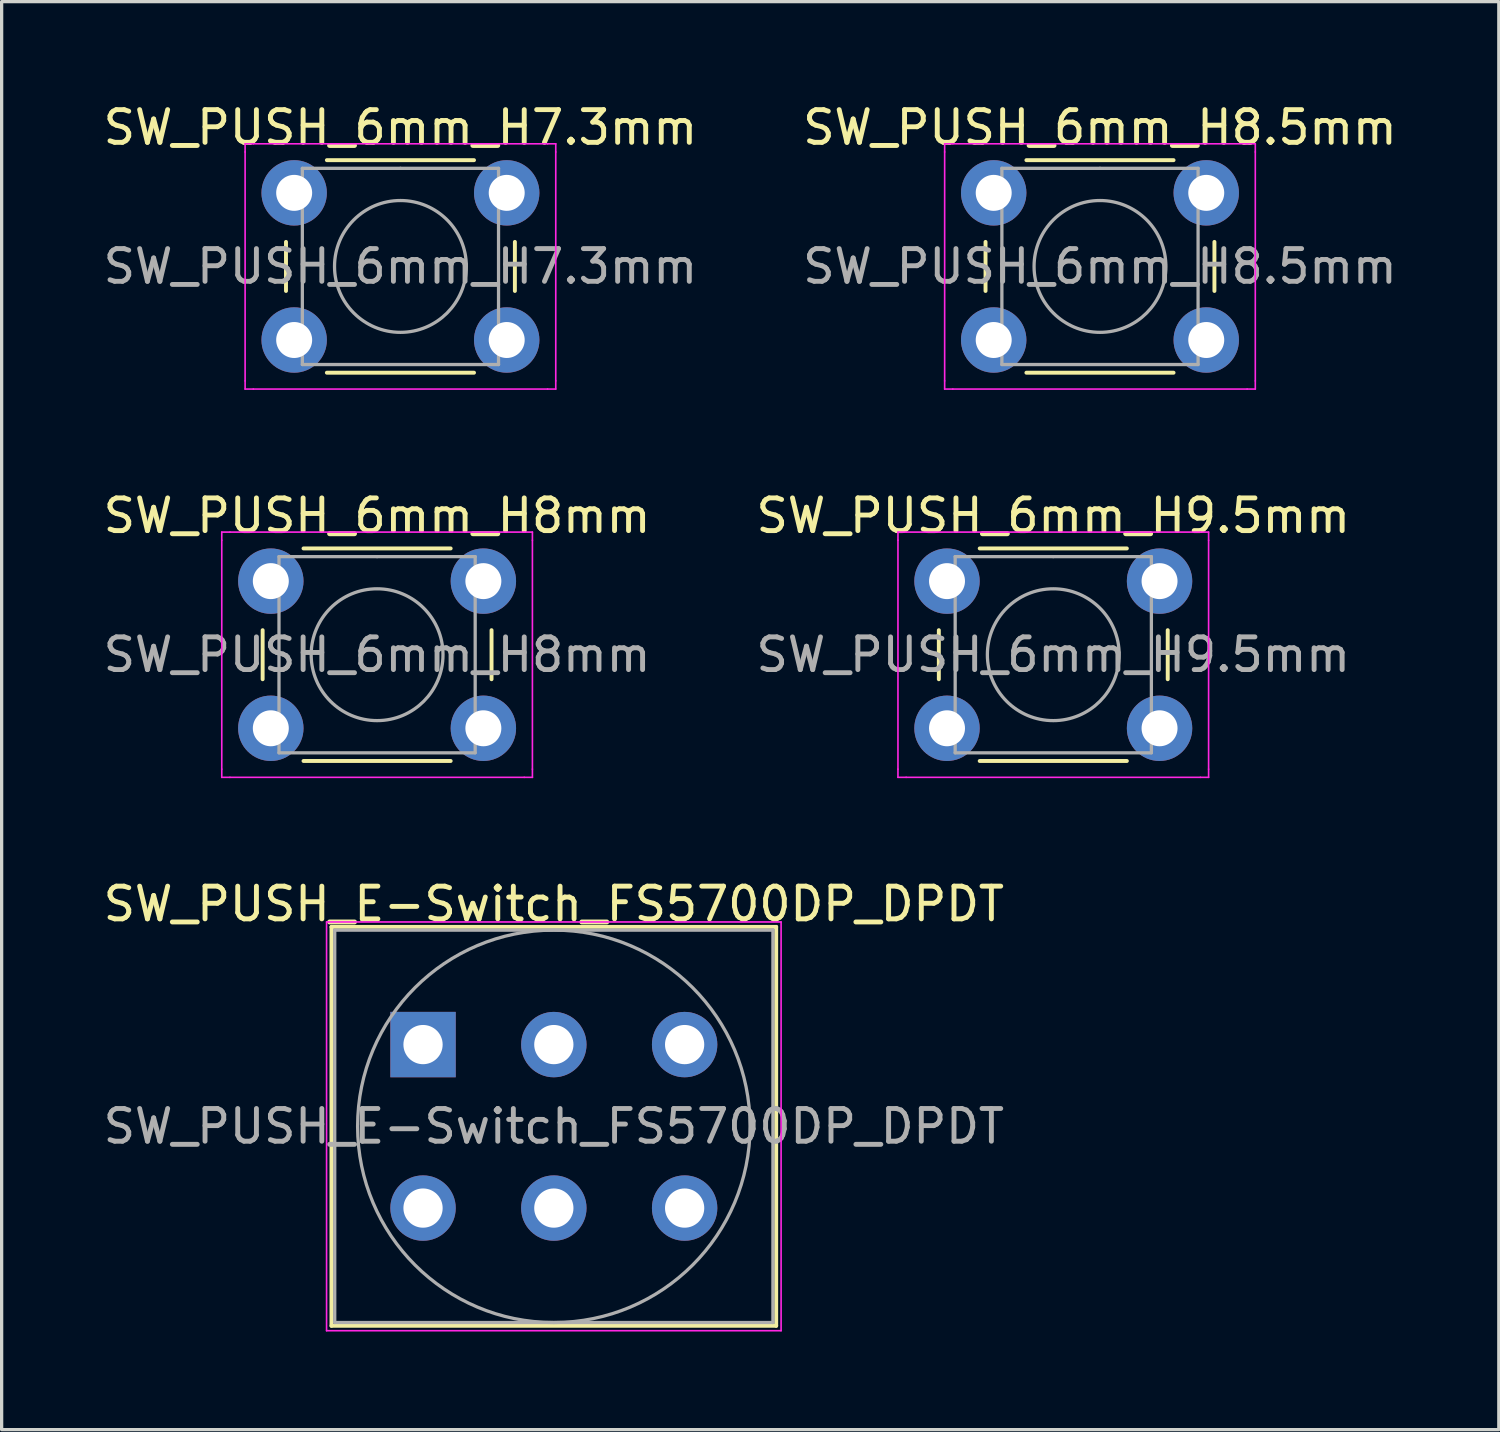
<source format=kicad_pcb>
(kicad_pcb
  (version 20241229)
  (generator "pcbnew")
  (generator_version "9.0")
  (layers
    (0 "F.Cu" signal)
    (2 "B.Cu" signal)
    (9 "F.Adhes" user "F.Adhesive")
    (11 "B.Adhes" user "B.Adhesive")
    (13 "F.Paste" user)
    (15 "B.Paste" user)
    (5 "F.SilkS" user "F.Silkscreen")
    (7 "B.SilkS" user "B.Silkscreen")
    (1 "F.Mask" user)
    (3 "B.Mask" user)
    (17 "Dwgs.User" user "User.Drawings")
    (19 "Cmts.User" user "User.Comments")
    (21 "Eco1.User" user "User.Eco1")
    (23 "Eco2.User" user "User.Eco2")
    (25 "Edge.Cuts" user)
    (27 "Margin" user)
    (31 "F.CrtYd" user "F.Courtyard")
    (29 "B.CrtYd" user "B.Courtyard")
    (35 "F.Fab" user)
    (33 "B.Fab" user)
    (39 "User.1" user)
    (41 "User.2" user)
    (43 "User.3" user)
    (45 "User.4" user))
  (footprint "SW_PUSH_6mm_H8mm"
    (layer "F.Cu")
    (at 5.232 14.722)
    (property "Reference" "SW_PUSH_6mm_H8mm" (at 3.25 -2 0) (layer "F.SilkS") (effects (font (size 1 1) (thickness 0.15))))
    (attr through_hole)
    (fp_line (start -0.25 1.5) (end -0.25 3) (stroke (width 0.12) (type solid)) (layer "F.SilkS"))
    (fp_line (start 1 5.5) (end 5.5 5.5) (stroke (width 0.12) (type solid)) (layer "F.SilkS"))
    (fp_line (start 5.5 -1) (end 1 -1) (stroke (width 0.12) (type solid)) (layer "F.SilkS"))
    (fp_line (start 6.75 3) (end 6.75 1.5) (stroke (width 0.12) (type solid)) (layer "F.SilkS"))
    (fp_line (start -1.5 -1.5) (end -1.25 -1.5) (stroke (width 0.05) (type solid)) (layer "F.CrtYd"))
    (fp_line (start -1.5 -1.25) (end -1.5 -1.5) (stroke (width 0.05) (type solid)) (layer "F.CrtYd"))
    (fp_line (start -1.5 5.75) (end -1.5 -1.25) (stroke (width 0.05) (type solid)) (layer "F.CrtYd"))
    (fp_line (start -1.5 5.75) (end -1.5 6) (stroke (width 0.05) (type solid)) (layer "F.CrtYd"))
    (fp_line (start -1.5 6) (end -1.25 6) (stroke (width 0.05) (type solid)) (layer "F.CrtYd"))
    (fp_line (start -1.25 -1.5) (end 7.75 -1.5) (stroke (width 0.05) (type solid)) (layer "F.CrtYd"))
    (fp_line (start 7.75 -1.5) (end 8 -1.5) (stroke (width 0.05) (type solid)) (layer "F.CrtYd"))
    (fp_line (start 7.75 6) (end -1.25 6) (stroke (width 0.05) (type solid)) (layer "F.CrtYd"))
    (fp_line (start 7.75 6) (end 8 6) (stroke (width 0.05) (type solid)) (layer "F.CrtYd"))
    (fp_line (start 8 -1.5) (end 8 -1.25) (stroke (width 0.05) (type solid)) (layer "F.CrtYd"))
    (fp_line (start 8 -1.25) (end 8 5.75) (stroke (width 0.05) (type solid)) (layer "F.CrtYd"))
    (fp_line (start 8 6) (end 8 5.75) (stroke (width 0.05) (type solid)) (layer "F.CrtYd"))
    (fp_line (start 0.25 -0.75) (end 3.25 -0.75) (stroke (width 0.1) (type solid)) (layer "F.Fab"))
    (fp_line (start 0.25 5.25) (end 0.25 -0.75) (stroke (width 0.1) (type solid)) (layer "F.Fab"))
    (fp_line (start 3.25 -0.75) (end 6.25 -0.75) (stroke (width 0.1) (type solid)) (layer "F.Fab"))
    (fp_line (start 6.25 -0.75) (end 6.25 5.25) (stroke (width 0.1) (type solid)) (layer "F.Fab"))
    (fp_line (start 6.25 5.25) (end 0.25 5.25) (stroke (width 0.1) (type solid)) (layer "F.Fab"))
    (fp_circle (center 3.25 2.25) (end 1.25 2.5) (stroke (width 0.1) (type solid)) (fill no) (layer "F.Fab"))
    (fp_text user "${REFERENCE}" (at 3.25 2.25 0) (layer "F.Fab") (effects (font (size 1 1) (thickness 0.15))))
    (pad "1" thru_hole circle (at 0 0 90) (size 2 2) (drill 1.1) (layers "*.Cu" "*.Mask"))
    (pad "1" thru_hole circle (at 6.5 0 90) (size 2 2) (drill 1.1) (layers "*.Cu" "*.Mask"))
    (pad "2" thru_hole circle (at 0 4.5 90) (size 2 2) (drill 1.1) (layers "*.Cu" "*.Mask"))
    (pad "2" thru_hole circle (at 6.5 4.5 90) (size 2 2) (drill 1.1) (layers "*.Cu" "*.Mask")))
  (footprint "SW_PUSH_6mm_H7.3mm"
    (layer "F.Cu")
    (at 5.946 2.848)
    (property "Reference" "SW_PUSH_6mm_H7.3mm" (at 3.25 -2 0) (layer "F.SilkS") (effects (font (size 1 1) (thickness 0.15))))
    (attr through_hole)
    (fp_line (start -0.25 1.5) (end -0.25 3) (stroke (width 0.12) (type solid)) (layer "F.SilkS"))
    (fp_line (start 1 5.5) (end 5.5 5.5) (stroke (width 0.12) (type solid)) (layer "F.SilkS"))
    (fp_line (start 5.5 -1) (end 1 -1) (stroke (width 0.12) (type solid)) (layer "F.SilkS"))
    (fp_line (start 6.75 3) (end 6.75 1.5) (stroke (width 0.12) (type solid)) (layer "F.SilkS"))
    (fp_line (start -1.5 -1.5) (end -1.25 -1.5) (stroke (width 0.05) (type solid)) (layer "F.CrtYd"))
    (fp_line (start -1.5 -1.25) (end -1.5 -1.5) (stroke (width 0.05) (type solid)) (layer "F.CrtYd"))
    (fp_line (start -1.5 5.75) (end -1.5 -1.25) (stroke (width 0.05) (type solid)) (layer "F.CrtYd"))
    (fp_line (start -1.5 5.75) (end -1.5 6) (stroke (width 0.05) (type solid)) (layer "F.CrtYd"))
    (fp_line (start -1.5 6) (end -1.25 6) (stroke (width 0.05) (type solid)) (layer "F.CrtYd"))
    (fp_line (start -1.25 -1.5) (end 7.75 -1.5) (stroke (width 0.05) (type solid)) (layer "F.CrtYd"))
    (fp_line (start 7.75 -1.5) (end 8 -1.5) (stroke (width 0.05) (type solid)) (layer "F.CrtYd"))
    (fp_line (start 7.75 6) (end -1.25 6) (stroke (width 0.05) (type solid)) (layer "F.CrtYd"))
    (fp_line (start 7.75 6) (end 8 6) (stroke (width 0.05) (type solid)) (layer "F.CrtYd"))
    (fp_line (start 8 -1.5) (end 8 -1.25) (stroke (width 0.05) (type solid)) (layer "F.CrtYd"))
    (fp_line (start 8 -1.25) (end 8 5.75) (stroke (width 0.05) (type solid)) (layer "F.CrtYd"))
    (fp_line (start 8 6) (end 8 5.75) (stroke (width 0.05) (type solid)) (layer "F.CrtYd"))
    (fp_line (start 0.25 -0.75) (end 3.25 -0.75) (stroke (width 0.1) (type solid)) (layer "F.Fab"))
    (fp_line (start 0.25 5.25) (end 0.25 -0.75) (stroke (width 0.1) (type solid)) (layer "F.Fab"))
    (fp_line (start 3.25 -0.75) (end 6.25 -0.75) (stroke (width 0.1) (type solid)) (layer "F.Fab"))
    (fp_line (start 6.25 -0.75) (end 6.25 5.25) (stroke (width 0.1) (type solid)) (layer "F.Fab"))
    (fp_line (start 6.25 5.25) (end 0.25 5.25) (stroke (width 0.1) (type solid)) (layer "F.Fab"))
    (fp_circle (center 3.25 2.25) (end 1.25 2.5) (stroke (width 0.1) (type solid)) (fill no) (layer "F.Fab"))
    (fp_text user "${REFERENCE}" (at 3.25 2.25 0) (layer "F.Fab") (effects (font (size 1 1) (thickness 0.15))))
    (pad "1" thru_hole circle (at 0 0 90) (size 2 2) (drill 1.1) (layers "*.Cu" "*.Mask"))
    (pad "1" thru_hole circle (at 6.5 0 90) (size 2 2) (drill 1.1) (layers "*.Cu" "*.Mask"))
    (pad "2" thru_hole circle (at 0 4.5 90) (size 2 2) (drill 1.1) (layers "*.Cu" "*.Mask"))
    (pad "2" thru_hole circle (at 6.5 4.5 90) (size 2 2) (drill 1.1) (layers "*.Cu" "*.Mask")))
  (footprint "SW_PUSH_6mm_H8.5mm"
    (layer "F.Cu")
    (at 27.339 2.848)
    (property "Reference" "SW_PUSH_6mm_H8.5mm" (at 3.25 -2 0) (layer "F.SilkS") (effects (font (size 1 1) (thickness 0.15))))
    (attr through_hole)
    (fp_line (start -0.25 1.5) (end -0.25 3) (stroke (width 0.12) (type solid)) (layer "F.SilkS"))
    (fp_line (start 1 5.5) (end 5.5 5.5) (stroke (width 0.12) (type solid)) (layer "F.SilkS"))
    (fp_line (start 5.5 -1) (end 1 -1) (stroke (width 0.12) (type solid)) (layer "F.SilkS"))
    (fp_line (start 6.75 3) (end 6.75 1.5) (stroke (width 0.12) (type solid)) (layer "F.SilkS"))
    (fp_line (start -1.5 -1.5) (end -1.25 -1.5) (stroke (width 0.05) (type solid)) (layer "F.CrtYd"))
    (fp_line (start -1.5 -1.25) (end -1.5 -1.5) (stroke (width 0.05) (type solid)) (layer "F.CrtYd"))
    (fp_line (start -1.5 5.75) (end -1.5 -1.25) (stroke (width 0.05) (type solid)) (layer "F.CrtYd"))
    (fp_line (start -1.5 5.75) (end -1.5 6) (stroke (width 0.05) (type solid)) (layer "F.CrtYd"))
    (fp_line (start -1.5 6) (end -1.25 6) (stroke (width 0.05) (type solid)) (layer "F.CrtYd"))
    (fp_line (start -1.25 -1.5) (end 7.75 -1.5) (stroke (width 0.05) (type solid)) (layer "F.CrtYd"))
    (fp_line (start 7.75 -1.5) (end 8 -1.5) (stroke (width 0.05) (type solid)) (layer "F.CrtYd"))
    (fp_line (start 7.75 6) (end -1.25 6) (stroke (width 0.05) (type solid)) (layer "F.CrtYd"))
    (fp_line (start 7.75 6) (end 8 6) (stroke (width 0.05) (type solid)) (layer "F.CrtYd"))
    (fp_line (start 8 -1.5) (end 8 -1.25) (stroke (width 0.05) (type solid)) (layer "F.CrtYd"))
    (fp_line (start 8 -1.25) (end 8 5.75) (stroke (width 0.05) (type solid)) (layer "F.CrtYd"))
    (fp_line (start 8 6) (end 8 5.75) (stroke (width 0.05) (type solid)) (layer "F.CrtYd"))
    (fp_line (start 0.25 -0.75) (end 3.25 -0.75) (stroke (width 0.1) (type solid)) (layer "F.Fab"))
    (fp_line (start 0.25 5.25) (end 0.25 -0.75) (stroke (width 0.1) (type solid)) (layer "F.Fab"))
    (fp_line (start 3.25 -0.75) (end 6.25 -0.75) (stroke (width 0.1) (type solid)) (layer "F.Fab"))
    (fp_line (start 6.25 -0.75) (end 6.25 5.25) (stroke (width 0.1) (type solid)) (layer "F.Fab"))
    (fp_line (start 6.25 5.25) (end 0.25 5.25) (stroke (width 0.1) (type solid)) (layer "F.Fab"))
    (fp_circle (center 3.25 2.25) (end 1.25 2.5) (stroke (width 0.1) (type solid)) (fill no) (layer "F.Fab"))
    (fp_text user "${REFERENCE}" (at 3.25 2.25 0) (layer "F.Fab") (effects (font (size 1 1) (thickness 0.15))))
    (pad "1" thru_hole circle (at 0 0 90) (size 2 2) (drill 1.1) (layers "*.Cu" "*.Mask"))
    (pad "1" thru_hole circle (at 6.5 0 90) (size 2 2) (drill 1.1) (layers "*.Cu" "*.Mask"))
    (pad "2" thru_hole circle (at 0 4.5 90) (size 2 2) (drill 1.1) (layers "*.Cu" "*.Mask"))
    (pad "2" thru_hole circle (at 6.5 4.5 90) (size 2 2) (drill 1.1) (layers "*.Cu" "*.Mask")))
  (footprint "SW_PUSH_6mm_H9.5mm"
    (layer "F.Cu")
    (at 25.911 14.722)
    (property "Reference" "SW_PUSH_6mm_H9.5mm" (at 3.25 -2 0) (layer "F.SilkS") (effects (font (size 1 1) (thickness 0.15))))
    (attr through_hole)
    (fp_line (start -0.25 1.5) (end -0.25 3) (stroke (width 0.12) (type solid)) (layer "F.SilkS"))
    (fp_line (start 1 5.5) (end 5.5 5.5) (stroke (width 0.12) (type solid)) (layer "F.SilkS"))
    (fp_line (start 5.5 -1) (end 1 -1) (stroke (width 0.12) (type solid)) (layer "F.SilkS"))
    (fp_line (start 6.75 3) (end 6.75 1.5) (stroke (width 0.12) (type solid)) (layer "F.SilkS"))
    (fp_line (start -1.5 -1.5) (end -1.25 -1.5) (stroke (width 0.05) (type solid)) (layer "F.CrtYd"))
    (fp_line (start -1.5 -1.25) (end -1.5 -1.5) (stroke (width 0.05) (type solid)) (layer "F.CrtYd"))
    (fp_line (start -1.5 5.75) (end -1.5 -1.25) (stroke (width 0.05) (type solid)) (layer "F.CrtYd"))
    (fp_line (start -1.5 5.75) (end -1.5 6) (stroke (width 0.05) (type solid)) (layer "F.CrtYd"))
    (fp_line (start -1.5 6) (end -1.25 6) (stroke (width 0.05) (type solid)) (layer "F.CrtYd"))
    (fp_line (start -1.25 -1.5) (end 7.75 -1.5) (stroke (width 0.05) (type solid)) (layer "F.CrtYd"))
    (fp_line (start 7.75 -1.5) (end 8 -1.5) (stroke (width 0.05) (type solid)) (layer "F.CrtYd"))
    (fp_line (start 7.75 6) (end -1.25 6) (stroke (width 0.05) (type solid)) (layer "F.CrtYd"))
    (fp_line (start 7.75 6) (end 8 6) (stroke (width 0.05) (type solid)) (layer "F.CrtYd"))
    (fp_line (start 8 -1.5) (end 8 -1.25) (stroke (width 0.05) (type solid)) (layer "F.CrtYd"))
    (fp_line (start 8 -1.25) (end 8 5.75) (stroke (width 0.05) (type solid)) (layer "F.CrtYd"))
    (fp_line (start 8 6) (end 8 5.75) (stroke (width 0.05) (type solid)) (layer "F.CrtYd"))
    (fp_line (start 0.25 -0.75) (end 3.25 -0.75) (stroke (width 0.1) (type solid)) (layer "F.Fab"))
    (fp_line (start 0.25 5.25) (end 0.25 -0.75) (stroke (width 0.1) (type solid)) (layer "F.Fab"))
    (fp_line (start 3.25 -0.75) (end 6.25 -0.75) (stroke (width 0.1) (type solid)) (layer "F.Fab"))
    (fp_line (start 6.25 -0.75) (end 6.25 5.25) (stroke (width 0.1) (type solid)) (layer "F.Fab"))
    (fp_line (start 6.25 5.25) (end 0.25 5.25) (stroke (width 0.1) (type solid)) (layer "F.Fab"))
    (fp_circle (center 3.25 2.25) (end 1.25 2.5) (stroke (width 0.1) (type solid)) (fill no) (layer "F.Fab"))
    (fp_text user "${REFERENCE}" (at 3.25 2.25 0) (layer "F.Fab") (effects (font (size 1 1) (thickness 0.15))))
    (pad "1" thru_hole circle (at 0 0 90) (size 2 2) (drill 1.1) (layers "*.Cu" "*.Mask"))
    (pad "1" thru_hole circle (at 6.5 0 90) (size 2 2) (drill 1.1) (layers "*.Cu" "*.Mask"))
    (pad "2" thru_hole circle (at 0 4.5 90) (size 2 2) (drill 1.1) (layers "*.Cu" "*.Mask"))
    (pad "2" thru_hole circle (at 6.5 4.5 90) (size 2 2) (drill 1.1) (layers "*.Cu" "*.Mask")))
  (footprint "SW_PUSH_E-Switch_FS5700DP_DPDT"
    (layer "F.Cu")
    (at 9.887 28.895)
    (property "Reference" "SW_PUSH_E-Switch_FS5700DP_DPDT" (at 4 -4.3 0) (layer "F.SilkS") (effects (font (size 1 1) (thickness 0.15))))
    (attr through_hole)
    (fp_line (start -2.8 -3.6) (end -2.8 8.6) (stroke (width 0.12) (type solid)) (layer "F.SilkS"))
    (fp_line (start -2.8 -3.6) (end 10.8 -3.6) (stroke (width 0.12) (type solid)) (layer "F.SilkS"))
    (fp_line (start 10.8 8.6) (end -2.8 8.6) (stroke (width 0.12) (type solid)) (layer "F.SilkS"))
    (fp_line (start 10.8 8.6) (end 10.8 -3.6) (stroke (width 0.12) (type solid)) (layer "F.SilkS"))
    (fp_line (start -2.95 -3.75) (end 10.95 -3.75) (stroke (width 0.05) (type solid)) (layer "F.CrtYd"))
    (fp_line (start -2.95 8.75) (end -2.95 -3.75) (stroke (width 0.05) (type solid)) (layer "F.CrtYd"))
    (fp_line (start 10.95 -3.75) (end 10.95 8.75) (stroke (width 0.05) (type solid)) (layer "F.CrtYd"))
    (fp_line (start 10.95 8.75) (end -2.95 8.75) (stroke (width 0.05) (type solid)) (layer "F.CrtYd"))
    (fp_line (start -2.7 -3.5) (end 10.7 -3.5) (stroke (width 0.1) (type solid)) (layer "F.Fab"))
    (fp_line (start -2.7 8.5) (end -2.7 -3.5) (stroke (width 0.1) (type solid)) (layer "F.Fab"))
    (fp_line (start 10.7 -3.5) (end 10.7 8.5) (stroke (width 0.1) (type solid)) (layer "F.Fab"))
    (fp_line (start 10.7 8.5) (end -2.7 8.5) (stroke (width 0.1) (type solid)) (layer "F.Fab"))
    (fp_circle (center 4 2.5) (end 10 2.6) (stroke (width 0.1) (type solid)) (fill no) (layer "F.Fab"))
    (fp_text user "${REFERENCE}" (at 4 2.5 0) (layer "F.Fab") (effects (font (size 1 1) (thickness 0.15))))
    (pad "1" thru_hole rect (at 0 0) (size 2 2) (drill 1.2) (layers "*.Cu" "*.Mask"))
    (pad "2" thru_hole circle (at 4 0) (size 2 2) (drill 1.2) (layers "*.Cu" "*.Mask"))
    (pad "3" thru_hole circle (at 8 0) (size 2 2) (drill 1.2) (layers "*.Cu" "*.Mask"))
    (pad "4" thru_hole circle (at 0 5) (size 2 2) (drill 1.2) (layers "*.Cu" "*.Mask"))
    (pad "5" thru_hole circle (at 4 5) (size 2 2) (drill 1.2) (layers "*.Cu" "*.Mask"))
    (pad "6" thru_hole circle (at 8 5) (size 2 2) (drill 1.2) (layers "*.Cu" "*.Mask")))
  (gr_rect
    (start -3 -3)
    (end 42.786 40.67)
    (stroke (width 0.1) (type default))
    (fill no)
    (layer "Edge.Cuts")))
</source>
